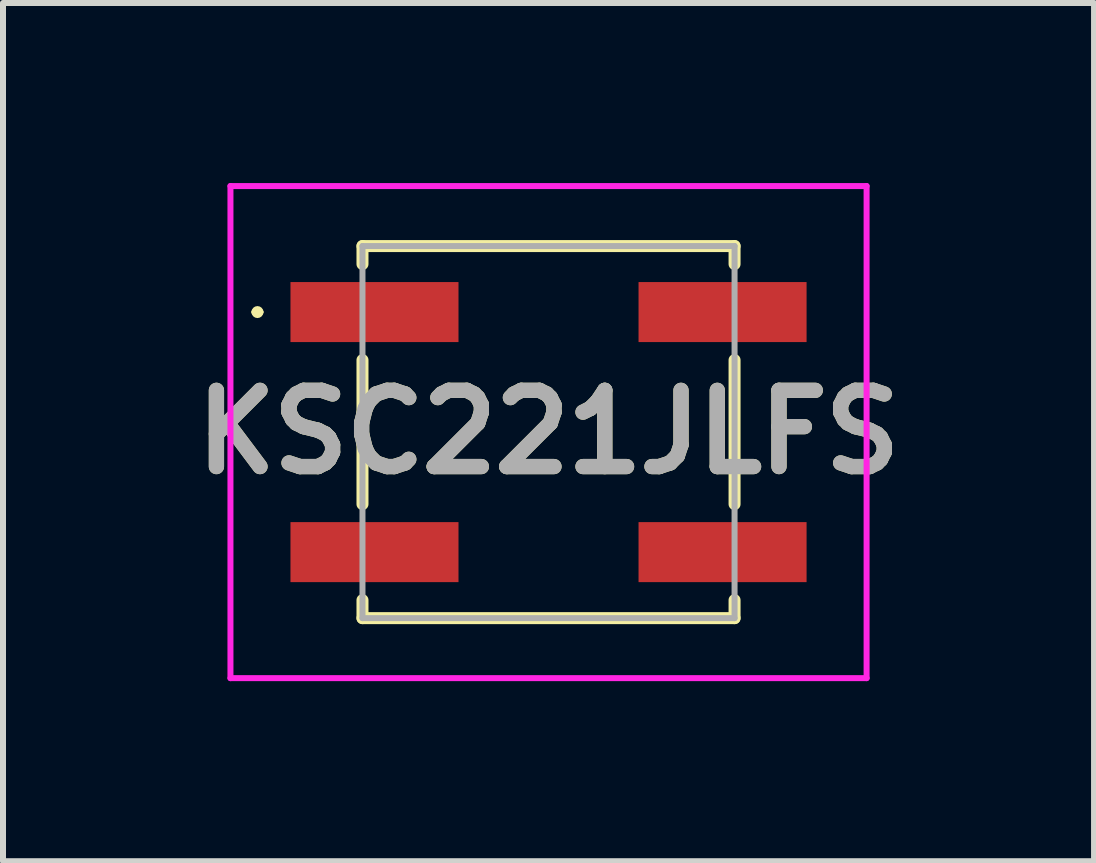
<source format=kicad_pcb>
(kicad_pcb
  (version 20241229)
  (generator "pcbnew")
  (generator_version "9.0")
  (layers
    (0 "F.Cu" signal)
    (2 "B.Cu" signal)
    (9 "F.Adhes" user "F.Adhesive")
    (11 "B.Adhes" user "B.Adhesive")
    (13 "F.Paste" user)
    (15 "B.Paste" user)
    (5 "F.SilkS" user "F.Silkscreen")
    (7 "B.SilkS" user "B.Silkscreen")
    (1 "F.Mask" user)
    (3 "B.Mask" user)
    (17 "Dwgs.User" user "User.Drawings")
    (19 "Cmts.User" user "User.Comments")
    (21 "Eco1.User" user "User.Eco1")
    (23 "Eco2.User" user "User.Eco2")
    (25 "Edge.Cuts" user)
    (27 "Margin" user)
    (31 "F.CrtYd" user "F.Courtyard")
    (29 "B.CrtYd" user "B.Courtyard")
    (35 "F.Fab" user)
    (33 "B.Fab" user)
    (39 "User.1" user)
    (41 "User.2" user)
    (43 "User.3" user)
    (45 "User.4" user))
  (footprint "KSC221JLFS"
    (layer "F.Cu")
    (at 6.09 4.15)
    (property "Reference" "KSC221JLFS" (at 0 0 0) (layer "F.SilkS") (effects (font (size 1.27 1.27) (thickness 0.254))))
    (attr smd)
    (fp_line (start -4.9 -2) (end -4.9 -2) (stroke (width 0.1) (type solid)) (layer "F.SilkS"))
    (fp_line (start -4.8 -2) (end -4.8 -2) (stroke (width 0.1) (type solid)) (layer "F.SilkS"))
    (fp_line (start -3.1 -3.1) (end 3.1 -3.1) (stroke (width 0.2) (type solid)) (layer "F.SilkS"))
    (fp_line (start -3.1 -2.8) (end -3.1 -3.1) (stroke (width 0.2) (type solid)) (layer "F.SilkS"))
    (fp_line (start -3.1 1.2) (end -3.1 -1.2) (stroke (width 0.2) (type solid)) (layer "F.SilkS"))
    (fp_line (start -3.1 3.1) (end -3.1 2.8) (stroke (width 0.2) (type solid)) (layer "F.SilkS"))
    (fp_line (start 3.1 -3.1) (end 3.1 -2.8) (stroke (width 0.2) (type solid)) (layer "F.SilkS"))
    (fp_line (start 3.1 -1.2) (end 3.1 1.2) (stroke (width 0.2) (type solid)) (layer "F.SilkS"))
    (fp_line (start 3.1 2.8) (end 3.1 3.1) (stroke (width 0.2) (type solid)) (layer "F.SilkS"))
    (fp_line (start 3.1 3.1) (end -3.1 3.1) (stroke (width 0.2) (type solid)) (layer "F.SilkS"))
    (fp_arc (start -4.9 -2) (mid -4.85 -2.05) (end -4.8 -2) (stroke (width 0.1) (type solid)) (layer "F.SilkS"))
    (fp_arc (start -4.8 -2) (mid -4.85 -1.95) (end -4.9 -2) (stroke (width 0.1) (type solid)) (layer "F.SilkS"))
    (fp_line (start -5.3 -4.1) (end 5.3 -4.1) (stroke (width 0.1) (type solid)) (layer "F.CrtYd"))
    (fp_line (start -5.3 4.1) (end -5.3 -4.1) (stroke (width 0.1) (type solid)) (layer "F.CrtYd"))
    (fp_line (start 5.3 -4.1) (end 5.3 4.1) (stroke (width 0.1) (type solid)) (layer "F.CrtYd"))
    (fp_line (start 5.3 4.1) (end -5.3 4.1) (stroke (width 0.1) (type solid)) (layer "F.CrtYd"))
    (fp_line (start -3.1 -3.1) (end 3.1 -3.1) (stroke (width 0.1) (type solid)) (layer "F.Fab"))
    (fp_line (start -3.1 3.1) (end -3.1 -3.1) (stroke (width 0.1) (type solid)) (layer "F.Fab"))
    (fp_line (start 3.1 -3.1) (end 3.1 3.1) (stroke (width 0.1) (type solid)) (layer "F.Fab"))
    (fp_line (start 3.1 3.1) (end -3.1 3.1) (stroke (width 0.1) (type solid)) (layer "F.Fab"))
    (fp_text user "${REFERENCE}" (at 0 0 0) (layer "F.Fab") (effects (font (size 1.27 1.27) (thickness 0.254))))
    (pad "1" smd rect (at -2.9 -2 90) (size 1 2.8) (layers "F.Cu" "F.Mask" "F.Paste"))
    (pad "2" smd rect (at -2.9 2 90) (size 1 2.8) (layers "F.Cu" "F.Mask" "F.Paste"))
    (pad "3" smd rect (at 2.9 2 90) (size 1 2.8) (layers "F.Cu" "F.Mask" "F.Paste"))
    (pad "4" smd rect (at 2.9 -2 90) (size 1 2.8) (layers "F.Cu" "F.Mask" "F.Paste")))
  (gr_rect
    (start -3 -3)
    (end 15.18 11.3)
    (stroke (width 0.1) (type default))
    (fill no)
    (layer "Edge.Cuts")))
</source>
